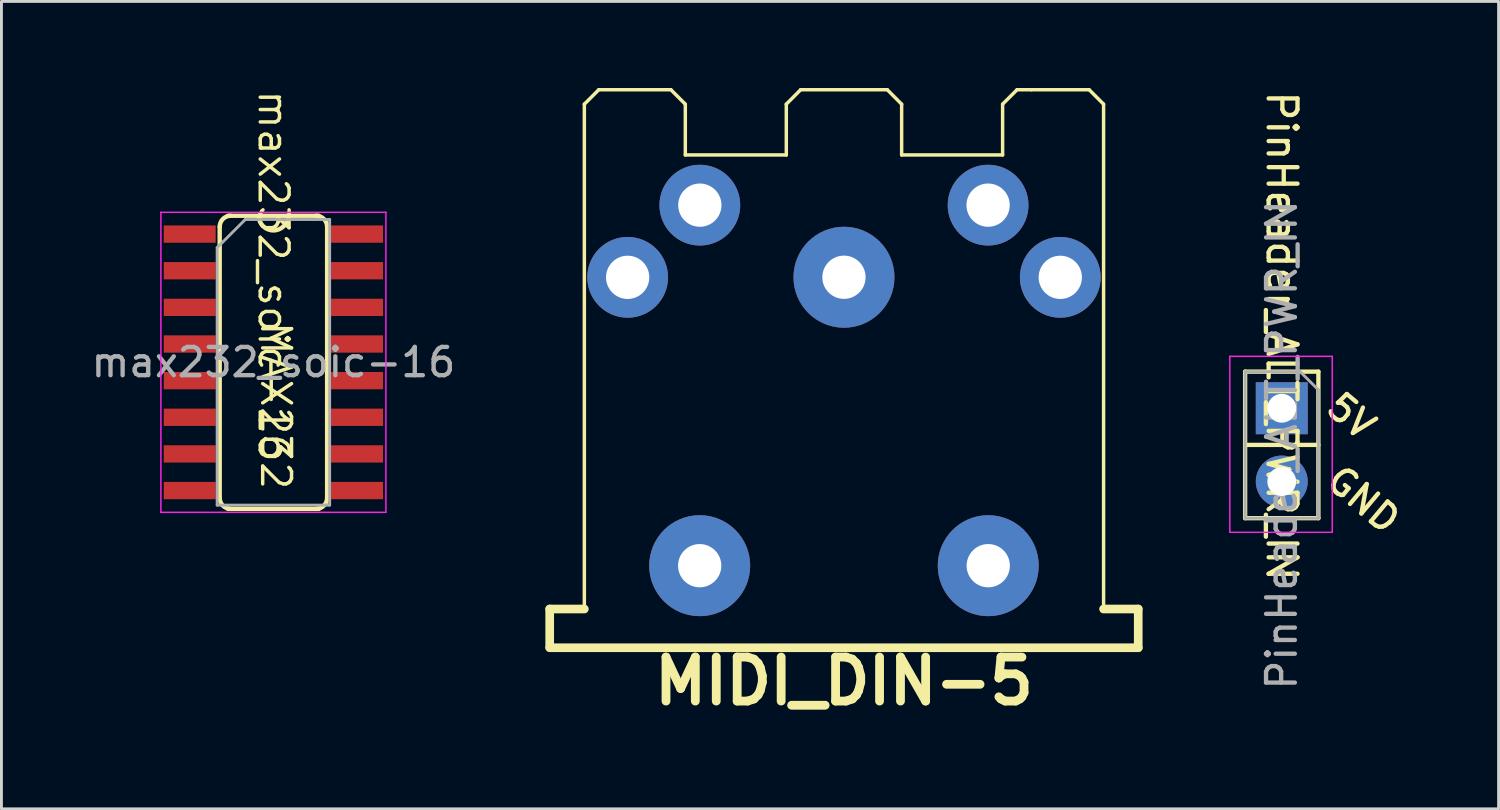
<source format=kicad_pcb>
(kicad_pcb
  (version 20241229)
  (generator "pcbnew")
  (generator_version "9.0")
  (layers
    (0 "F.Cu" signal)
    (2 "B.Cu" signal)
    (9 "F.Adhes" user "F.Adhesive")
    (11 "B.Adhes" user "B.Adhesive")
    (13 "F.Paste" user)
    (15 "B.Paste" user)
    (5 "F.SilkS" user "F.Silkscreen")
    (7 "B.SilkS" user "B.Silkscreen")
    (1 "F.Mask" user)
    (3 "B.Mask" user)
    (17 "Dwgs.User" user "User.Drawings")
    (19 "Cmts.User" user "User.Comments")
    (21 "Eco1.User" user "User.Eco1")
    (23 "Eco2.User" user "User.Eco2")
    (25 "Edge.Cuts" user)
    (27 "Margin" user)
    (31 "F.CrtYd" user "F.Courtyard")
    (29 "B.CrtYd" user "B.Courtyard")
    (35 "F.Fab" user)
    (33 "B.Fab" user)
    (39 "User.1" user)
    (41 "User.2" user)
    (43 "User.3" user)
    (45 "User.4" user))
  (footprint "MIDI_DIN-5"
    (layer "F.Cu")
    (at 26.204 9.56)
    (property "Reference" "MIDI_DIN-5" (at 0 11.001 0) (layer "F.SilkS") (effects (font (size 1.524 1.524) (thickness 0.305))))
    (attr through_hole)
    (fp_line (start -10.2 8.5) (end -8.999 8.5) (stroke (width 0.3) (type solid)) (layer "F.SilkS"))
    (fp_line (start -10.2 9.83) (end -10.2 8.5) (stroke (width 0.3) (type solid)) (layer "F.SilkS"))
    (fp_line (start -8.999 -8.999) (end -8.999 8.5) (stroke (width 0.12) (type solid)) (layer "F.SilkS"))
    (fp_line (start -8.999 -8.999) (end -8.499 -9.5) (stroke (width 0.12) (type solid)) (layer "F.SilkS"))
    (fp_line (start -8.499 -9.5) (end -5.999 -9.5) (stroke (width 0.12) (type solid)) (layer "F.SilkS"))
    (fp_line (start -5.999 -9.5) (end -5.499 -8.999) (stroke (width 0.12) (type solid)) (layer "F.SilkS"))
    (fp_line (start -5.499 -8.999) (end -5.499 -7.239) (stroke (width 0.12) (type solid)) (layer "F.SilkS"))
    (fp_line (start -5.499 -7.239) (end -1.999 -7.239) (stroke (width 0.12) (type solid)) (layer "F.SilkS"))
    (fp_line (start -1.999 -8.999) (end -1.999 -7.239) (stroke (width 0.12) (type solid)) (layer "F.SilkS"))
    (fp_line (start -1.501 -9.5) (end -1.999 -8.999) (stroke (width 0.12) (type solid)) (layer "F.SilkS"))
    (fp_line (start -1.501 -9.5) (end 1.501 -9.5) (stroke (width 0.12) (type solid)) (layer "F.SilkS"))
    (fp_line (start 1.501 -9.5) (end 1.999 -8.999) (stroke (width 0.12) (type solid)) (layer "F.SilkS"))
    (fp_line (start 1.999 -8.999) (end 1.999 -7.239) (stroke (width 0.12) (type solid)) (layer "F.SilkS"))
    (fp_line (start 5.499 -8.999) (end 5.499 -7.239) (stroke (width 0.12) (type solid)) (layer "F.SilkS"))
    (fp_line (start 5.499 -7.239) (end 1.999 -7.239) (stroke (width 0.12) (type solid)) (layer "F.SilkS"))
    (fp_line (start 5.999 -9.5) (end 5.499 -8.999) (stroke (width 0.12) (type solid)) (layer "F.SilkS"))
    (fp_line (start 6.5 -9.5) (end 5.999 -9.5) (stroke (width 0.12) (type solid)) (layer "F.SilkS"))
    (fp_line (start 8.499 -9.5) (end 6.5 -9.5) (stroke (width 0.12) (type solid)) (layer "F.SilkS"))
    (fp_line (start 8.999 -8.999) (end 8.499 -9.5) (stroke (width 0.12) (type solid)) (layer "F.SilkS"))
    (fp_line (start 8.999 -8.999) (end 8.999 8.5) (stroke (width 0.12) (type solid)) (layer "F.SilkS"))
    (fp_line (start 10.2 8.5) (end 8.999 8.5) (stroke (width 0.3) (type solid)) (layer "F.SilkS"))
    (fp_line (start 10.2 9.842) (end -10.2 9.842) (stroke (width 0.3) (type solid)) (layer "F.SilkS"))
    (fp_line (start 10.2 9.842) (end 10.2 8.5) (stroke (width 0.3) (type solid)) (layer "F.SilkS"))
    (pad "" thru_hole circle (at -5.001 6.998) (size 3.5 3.5) (drill 1.5) (layers "*.Cu" "*.Mask"))
    (pad "" thru_hole circle (at 5.001 6.998) (size 3.5 3.5) (drill 1.5) (layers "*.Cu" "*.Mask"))
    (pad "1" thru_hole circle (at 7.498 -2.997) (size 2.8 2.8) (drill 1.5) (layers "*.Cu" "*.Mask"))
    (pad "2" thru_hole circle (at 0 -3) (size 3.5 3.5) (drill 1.5) (layers "*.Cu" "*.Mask"))
    (pad "3" thru_hole circle (at -7.498 -2.997) (size 2.8 2.8) (drill 1.5) (layers "*.Cu" "*.Mask"))
    (pad "4" thru_hole circle (at 4.996 -5.499) (size 2.8 2.8) (drill 1.5) (layers "*.Cu" "*.Mask"))
    (pad "5" thru_hole circle (at -4.996 -5.499) (size 2.8 2.8) (drill 1.5) (layers "*.Cu" "*.Mask")))
  (footprint "PinHeader_ALT_PWR_IN"
    (layer "F.Cu")
    (at 41.379 11.101)
    (property "Reference" "PinHeader_ALT_PWR_IN" (at 0 -2.5 270) (unlocked yes) (layer "F.SilkS") (effects (font (size 1 1) (thickness 0.15))))
    (attr through_hole)
    (fp_line (start -1.27 -1.27) (end -1.27 3.81) (stroke (width 0.15) (type solid)) (layer "F.SilkS"))
    (fp_line (start -1.27 -1.27) (end 1.27 -1.27) (stroke (width 0.15) (type solid)) (layer "F.SilkS"))
    (fp_line (start -1.27 1.27) (end 1.27 1.27) (stroke (width 0.15) (type solid)) (layer "F.SilkS"))
    (fp_line (start -1.27 3.81) (end 1.27 3.81) (stroke (width 0.15) (type solid)) (layer "F.SilkS"))
    (fp_line (start 1.27 3.81) (end 1.27 -1.27) (stroke (width 0.15) (type solid)) (layer "F.SilkS"))
    (fp_line (start -1.8 -1.8) (end 1.75 -1.8) (stroke (width 0.05) (type solid)) (layer "F.CrtYd"))
    (fp_line (start -1.8 4.3) (end -1.8 -1.8) (stroke (width 0.05) (type solid)) (layer "F.CrtYd"))
    (fp_line (start 1.75 -1.8) (end 1.75 4.3) (stroke (width 0.05) (type solid)) (layer "F.CrtYd"))
    (fp_line (start 1.75 4.3) (end -1.8 4.3) (stroke (width 0.05) (type solid)) (layer "F.CrtYd"))
    (fp_line (start -1.27 -1.27) (end 0.635 -1.27) (stroke (width 0.1) (type solid)) (layer "F.Fab"))
    (fp_line (start -1.27 3.81) (end -1.27 -1.27) (stroke (width 0.1) (type solid)) (layer "F.Fab"))
    (fp_line (start 0.635 -1.27) (end 1.27 -0.635) (stroke (width 0.1) (type solid)) (layer "F.Fab"))
    (fp_line (start 1.27 -0.635) (end 1.27 3.81) (stroke (width 0.1) (type solid)) (layer "F.Fab"))
    (fp_line (start 1.27 3.81) (end -1.27 3.81) (stroke (width 0.1) (type solid)) (layer "F.Fab"))
    (fp_text user "GND" (at 1.7 2.223 320) (unlocked yes) (layer "F.SilkS") (effects (font (size 0.9 0.9) (thickness 0.15)) (justify left)))
    (fp_text user "5V" (at 1.7 -0.318 320) (unlocked yes) (layer "F.SilkS") (effects (font (size 0.9 0.9) (thickness 0.15)) (justify left)))
    (fp_text user "${REFERENCE}" (at 0 1.27 90) (layer "F.Fab") (effects (font (size 1 1) (thickness 0.15))))
    (pad "1" thru_hole rect (at 0 0) (size 1.8 1.8) (drill 1) (layers "*.Cu" "*.Mask"))
    (pad "2" thru_hole circle (at 0 2.54 90) (size 1.8 1.8) (drill 1) (layers "*.Cu" "*.Mask")))
  (footprint "max232_soic-16"
    (layer "F.Cu")
    (at 6.427 9.509)
    (property "Reference" "max232_soic-16" (at 0 -3 270) (unlocked yes) (layer "F.SilkS") (effects (font (size 1 1) (thickness 0.12))))
    (attr smd)
    (fp_line (start -1.862 -4.699) (end -1.862 4.699) (stroke (width 0.152) (type solid)) (layer "F.SilkS"))
    (fp_line (start -1.575 5.08) (end 1.575 5.08) (stroke (width 0.152) (type solid)) (layer "F.SilkS"))
    (fp_line (start 1.575 -5.08) (end -1.575 -5.08) (stroke (width 0.152) (type solid)) (layer "F.SilkS"))
    (fp_line (start 1.862 4.699) (end 1.862 -4.699) (stroke (width 0.152) (type solid)) (layer "F.SilkS"))
    (fp_arc (start -1.861592 -4.699) (mid -1.75 -4.968408) (end -1.480592 -5.08) (stroke (width 0.1524) (type solid)) (layer "F.SilkS"))
    (fp_arc (start -1.480592 5.08) (mid -1.75 4.968408) (end -1.861592 4.699) (stroke (width 0.1524) (type solid)) (layer "F.SilkS"))
    (fp_arc (start 0.508 -5.08) (mid 0 -4.572) (end -0.508 -5.08) (stroke (width 0.1524) (type solid)) (layer "F.SilkS"))
    (fp_arc (start 1.480592 -5.08) (mid 1.75 -4.968408) (end 1.861592 -4.699) (stroke (width 0.1524) (type solid)) (layer "F.SilkS"))
    (fp_arc (start 1.861592 4.699) (mid 1.75 4.968408) (end 1.480592 5.08) (stroke (width 0.1524) (type solid)) (layer "F.SilkS"))
    (fp_line (start -3.9 -5.2) (end -3.9 5.2) (stroke (width 0.05) (type solid)) (layer "F.CrtYd"))
    (fp_line (start -3.9 5.2) (end 3.9 5.2) (stroke (width 0.05) (type solid)) (layer "F.CrtYd"))
    (fp_line (start 3.9 -5.2) (end -3.9 -5.2) (stroke (width 0.05) (type solid)) (layer "F.CrtYd"))
    (fp_line (start 3.9 5.2) (end 3.9 -5.2) (stroke (width 0.05) (type solid)) (layer "F.CrtYd"))
    (fp_line (start -1.95 -3.975) (end -0.975 -4.95) (stroke (width 0.1) (type solid)) (layer "F.Fab"))
    (fp_line (start -1.95 4.95) (end -1.95 -3.975) (stroke (width 0.1) (type solid)) (layer "F.Fab"))
    (fp_line (start -0.975 -4.95) (end 1.95 -4.95) (stroke (width 0.1) (type solid)) (layer "F.Fab"))
    (fp_line (start 1.95 -4.95) (end 1.95 4.95) (stroke (width 0.1) (type solid)) (layer "F.Fab"))
    (fp_line (start 1.95 4.95) (end -1.95 4.95) (stroke (width 0.1) (type solid)) (layer "F.Fab"))
    (fp_text user "MAX232" (at -0.5 1.5 270) (unlocked yes) (layer "F.SilkS") (effects (font (size 1 1) (thickness 0.12)) (justify bottom)))
    (fp_text user "${REFERENCE}" (at 0 0 0) (layer "F.Fab") (effects (font (size 0.98 0.98) (thickness 0.15))))
    (pad "1" smd rect (at -2.9 -4.445) (size 1.8 0.6) (layers "F.Cu" "F.Mask" "F.Paste"))
    (pad "2" smd rect (at -2.9 -3.175) (size 1.8 0.6) (layers "F.Cu" "F.Mask" "F.Paste"))
    (pad "3" smd rect (at -2.9 -1.905) (size 1.8 0.6) (layers "F.Cu" "F.Mask" "F.Paste"))
    (pad "4" smd rect (at -2.9 -0.635) (size 1.8 0.6) (layers "F.Cu" "F.Mask" "F.Paste"))
    (pad "5" smd rect (at -2.9 0.635) (size 1.8 0.6) (layers "F.Cu" "F.Mask" "F.Paste"))
    (pad "6" smd rect (at -2.9 1.905) (size 1.8 0.6) (layers "F.Cu" "F.Mask" "F.Paste"))
    (pad "7" smd rect (at -2.9 3.175) (size 1.8 0.6) (layers "F.Cu" "F.Mask" "F.Paste"))
    (pad "8" smd rect (at -2.9 4.445) (size 1.8 0.6) (layers "F.Cu" "F.Mask" "F.Paste"))
    (pad "9" smd rect (at 2.9 4.445) (size 1.8 0.6) (layers "F.Cu" "F.Mask" "F.Paste"))
    (pad "10" smd rect (at 2.9 3.175) (size 1.8 0.6) (layers "F.Cu" "F.Mask" "F.Paste"))
    (pad "11" smd rect (at 2.9 1.905) (size 1.8 0.6) (layers "F.Cu" "F.Mask" "F.Paste"))
    (pad "12" smd rect (at 2.9 0.635) (size 1.8 0.6) (layers "F.Cu" "F.Mask" "F.Paste"))
    (pad "13" smd rect (at 2.9 -0.635) (size 1.8 0.6) (layers "F.Cu" "F.Mask" "F.Paste"))
    (pad "14" smd rect (at 2.9 -1.905) (size 1.8 0.6) (layers "F.Cu" "F.Mask" "F.Paste"))
    (pad "15" smd rect (at 2.9 -3.175) (size 1.8 0.6) (layers "F.Cu" "F.Mask" "F.Paste"))
    (pad "16" smd rect (at 2.9 -4.445) (size 1.8 0.6) (layers "F.Cu" "F.Mask" "F.Paste")))
  (gr_rect
    (start -3 -3)
    (end 48.895 24.987)
    (stroke (width 0.1) (type default))
    (fill no)
    (layer "Edge.Cuts")))
</source>
